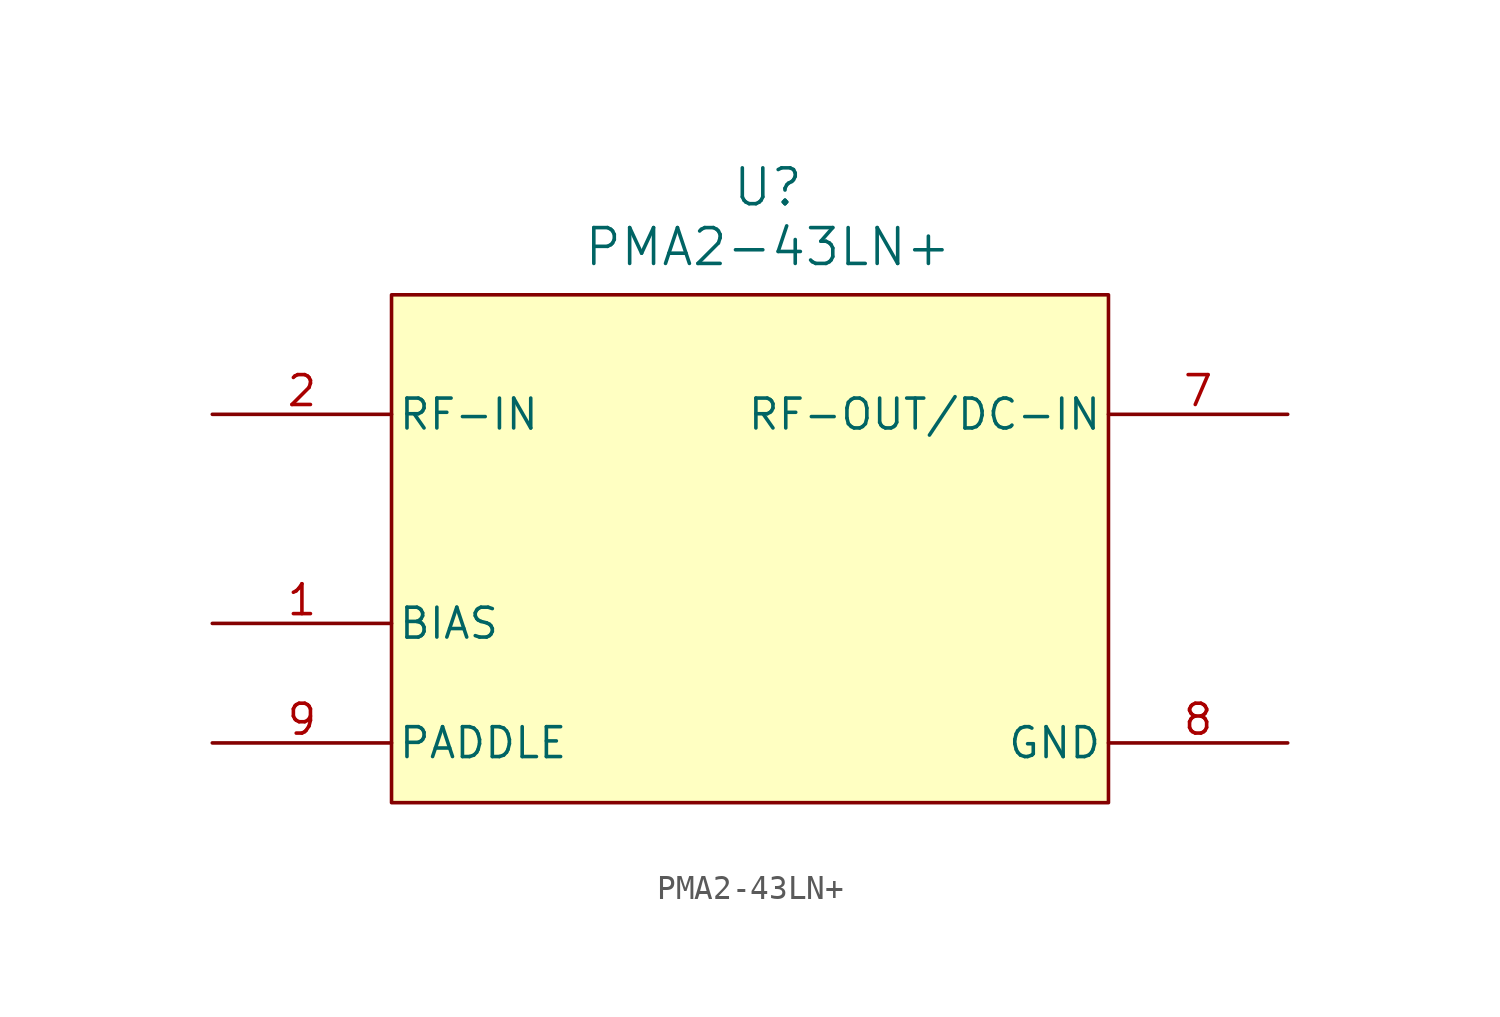
<source format=kicad_sym>
(kicad_symbol_lib
  (version 20241209)
  (generator "kicad_symbol_editor")
  (generator_version "9.0")
  (symbol "PMA2-43LN+"
    (pin_names
      (offset 0.254))
    (property "Reference" "U"
      (at 23.622 9.652 0)
      (effects (font (size 1.524 1.524))))
    (property "Value" "PMA2-43LN+"
      (at 23.622 7.112 0)
      (effects (font (size 1.524 1.524))))
    (property "ki_locked" ""
      (at 0 0 0)
      (effects (font (size 1.27 1.27))))
    (symbol "PMA2-43LN+_0_1"
      (pin input line (at 0 0 0) (length 7.62) (name "RF-IN" (effects (font (size 1.27 1.27)))) (number "2" (effects (font (size 1.27 1.27)))))
      (pin power_in line (at 0 -8.89 0) (length 7.62) (name "BIAS" (effects (font (size 1.27 1.27)))) (number "1" (effects (font (size 1.27 1.27)))))
      (pin power_out line (at 0 -13.97 0) (length 7.62) (name "PADDLE" (effects (font (size 1.27 1.27)))) (number "9" (effects (font (size 1.27 1.27)))))
      (pin bidirectional line (at 45.72 0 180) (length 7.62) (name "RF-OUT/DC-IN" (effects (font (size 1.27 1.27)))) (number "7" (effects (font (size 1.27 1.27))))))
    (symbol "PMA2-43LN+_1_1"
      (rectangle (start 7.62 5.08) (end 38.1 -16.51) (stroke (width 0) (type solid)) (fill (type background)))
      (pin power_out line (at 45.72 -13.97 180) (length 7.62) (hide yes) (name "GND" (effects (font (size 1.27 1.27)))) (number "3" (effects (font (size 1.27 1.27)))))
      (pin power_out line (at 45.72 -13.97 180) (length 7.62) (hide yes) (name "GND" (effects (font (size 1.27 1.27)))) (number "4" (effects (font (size 1.27 1.27)))))
      (pin power_out line (at 45.72 -13.97 180) (length 7.62) (hide yes) (name "GND" (effects (font (size 1.27 1.27)))) (number "5" (effects (font (size 1.27 1.27)))))
      (pin power_out line (at 45.72 -13.97 180) (length 7.62) (hide yes) (name "GND" (effects (font (size 1.27 1.27)))) (number "6" (effects (font (size 1.27 1.27)))))
      (pin power_out line (at 45.72 -13.97 180) (length 7.62) (name "GND" (effects (font (size 1.27 1.27)))) (number "8" (effects (font (size 1.27 1.27))))))))
</source>
